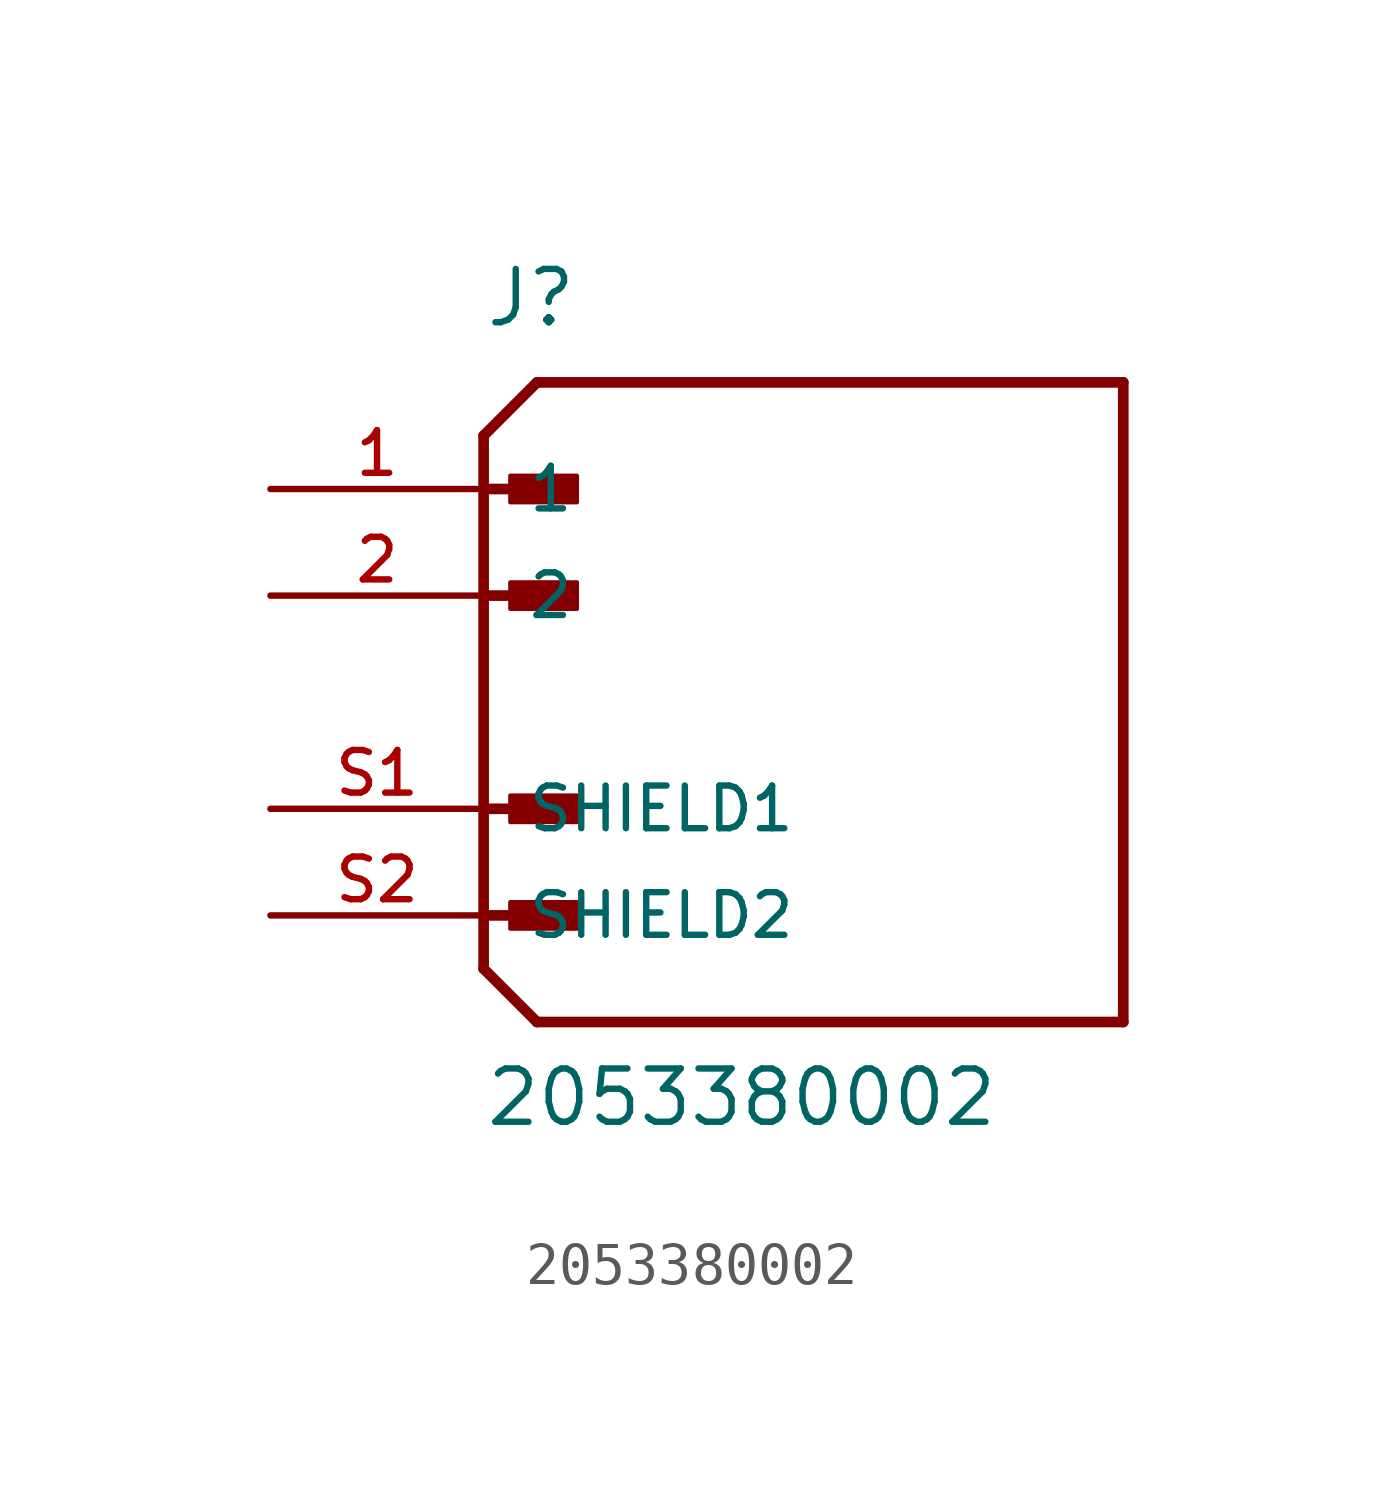
<source format=kicad_sym>
(kicad_symbol_lib
  (version 20211014)
  (generator kicad_symbol_editor)
  (symbol "2053380002"
    (pin_names
      (offset 1.016))
    (property "Reference" "J"
      (at -7.62 8.89 0)
      (effects (font (size 1.27 1.27)) (justify bottom left)))
    (property "Value" "2053380002"
      (at -7.62 -10.16 0)
      (effects (font (size 1.27 1.27)) (justify bottom left)))
    (symbol "2053380002_0_0"
      (polyline (pts (xy -7.62 6.35) (xy -6.35 7.62)) (stroke (width 0.254)))
      (polyline (pts (xy -7.62 6.35) (xy -7.62 -6.35)) (stroke (width 0.254)))
      (polyline (pts (xy -7.62 -6.35) (xy -6.35 -7.62)) (stroke (width 0.254)))
      (polyline (pts (xy -6.35 -7.62) (xy 7.62 -7.62)) (stroke (width 0.254)))
      (polyline (pts (xy 7.62 -7.62) (xy 7.62 7.62)) (stroke (width 0.254)))
      (polyline (pts (xy 7.62 7.62) (xy -6.35 7.62)) (stroke (width 0.254)))
      (rectangle (start -6.985 4.763) (end -5.397 5.397) (stroke (width 0.1)) (fill (type outline)))
      (polyline (pts (xy -7.62 2.54) (xy -5.715 2.54)) (stroke (width 0.254)))
      (rectangle (start -6.985 2.223) (end -5.397 2.857) (stroke (width 0.1)) (fill (type outline)))
      (polyline (pts (xy -7.62 5.08) (xy -5.715 5.08)) (stroke (width 0.254)))
      (polyline (pts (xy -7.62 -2.54) (xy -5.715 -2.54)) (stroke (width 0.254)))
      (rectangle (start -6.985 -2.857) (end -5.397 -2.223) (stroke (width 0.1)) (fill (type outline)))
      (polyline (pts (xy -7.62 -5.08) (xy -5.715 -5.08)) (stroke (width 0.254)))
      (rectangle (start -6.985 -5.397) (end -5.397 -4.763) (stroke (width 0.1)) (fill (type outline)))
      (pin passive line (at -12.7 5.08 0) (length 5.08) (name "1" (effects (font (size 1.016 1.016)))) (number "1" (effects (font (size 1.016 1.016)))))
      (pin passive line (at -12.7 2.54 0) (length 5.08) (name "2" (effects (font (size 1.016 1.016)))) (number "2" (effects (font (size 1.016 1.016)))))
      (pin passive line (at -12.7 -2.54 0) (length 5.08) (name "SHIELD1" (effects (font (size 1.016 1.016)))) (number "S1" (effects (font (size 1.016 1.016)))))
      (pin passive line (at -12.7 -5.08 0) (length 5.08) (name "SHIELD2" (effects (font (size 1.016 1.016)))) (number "S2" (effects (font (size 1.016 1.016))))))))
</source>
